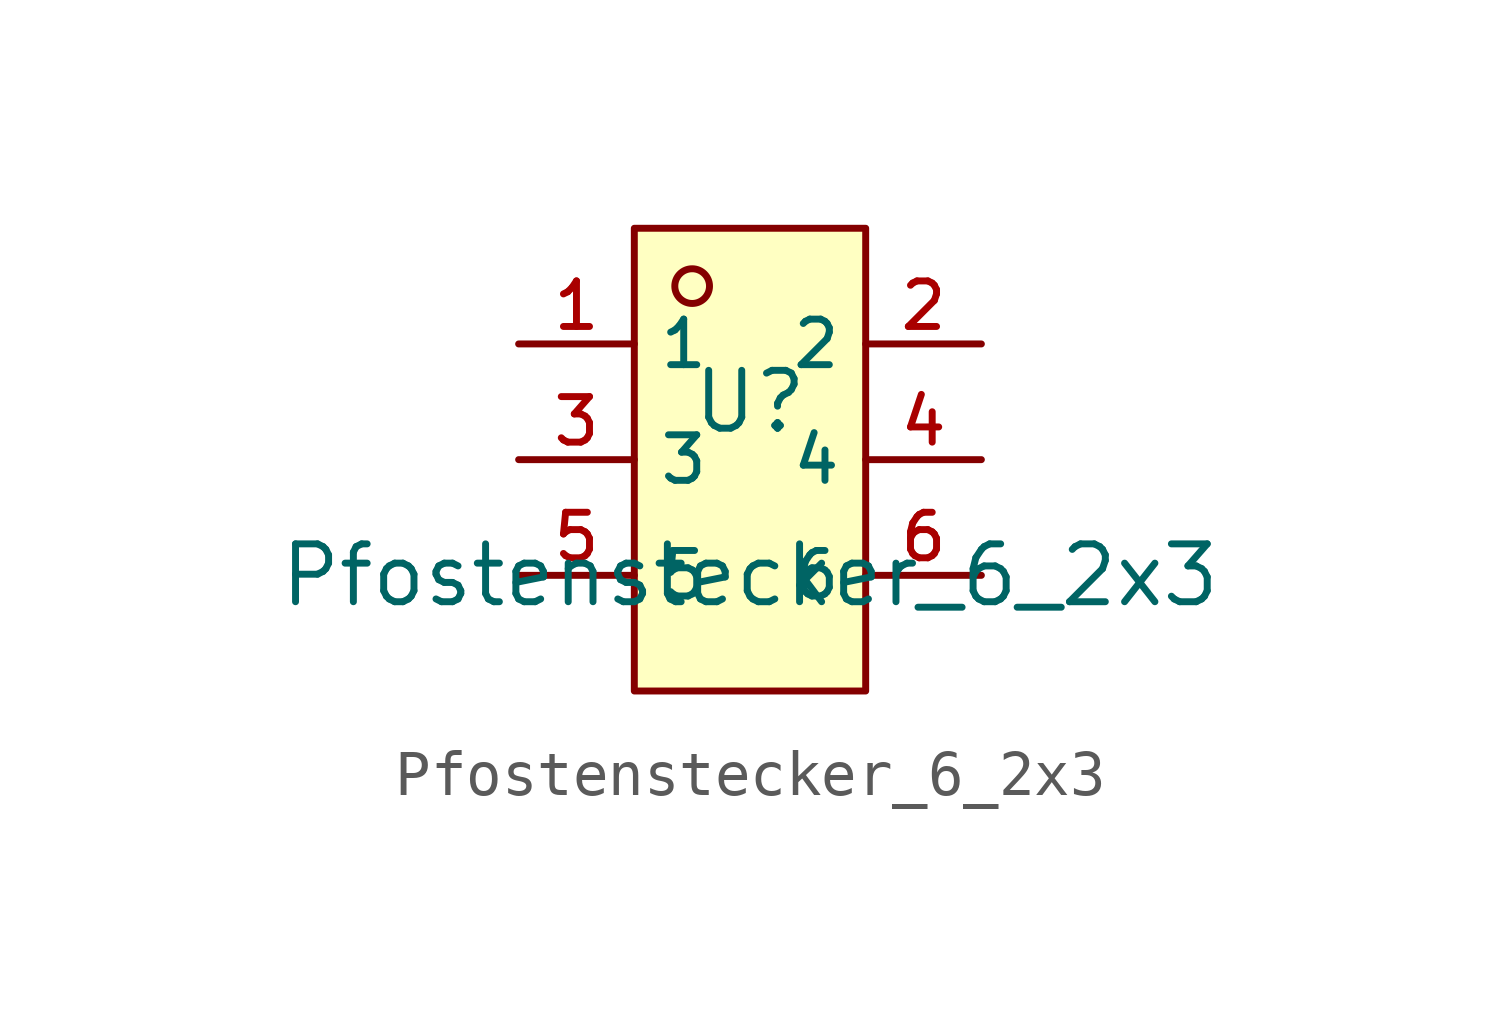
<source format=kicad_sym>
(kicad_symbol_lib
  (version 20231120)
  (generator "kicad_symbol_editor")
  (generator_version "8.0")
  (symbol "Pfostenstecker_6_2x3"
    (property "Reference" "U"
      (at 0 1.27 0)
      (effects (font (size 1.27 1.27))))
    (property "Value" "Pfostenstecker_6_2x3"
      (at 0 -2.54 0)
      (effects (font (size 1.27 1.27))))
    (symbol "Pfostenstecker_6_2x3_0_1"
      (rectangle (start -2.54 5.08) (end 2.54 -5.08) (stroke (width 0) (type default)) (fill (type background)))
      (circle (center -1.27 3.81) (radius 0.381) (stroke (width 0) (type default)) (fill (type background)))
      (pin unspecified line (at -5.08 2.54 0) (length 2.54) (name "1" (effects (font (size 1 1)))) (number "1" (effects (font (size 1 1)))))
      (pin unspecified line (at 5.08 2.54 180) (length 2.54) (name "2" (effects (font (size 1 1)))) (number "2" (effects (font (size 1 1)))))
      (pin unspecified line (at -5.08 0 0) (length 2.54) (name "3" (effects (font (size 1 1)))) (number "3" (effects (font (size 1 1)))))
      (pin unspecified line (at 5.08 0 180) (length 2.54) (name "4" (effects (font (size 1 1)))) (number "4" (effects (font (size 1 1)))))
      (pin unspecified line (at -5.08 -2.54 0) (length 2.54) (name "5" (effects (font (size 1 1)))) (number "5" (effects (font (size 1 1)))))
      (pin unspecified line (at 5.08 -2.54 180) (length 2.54) (name "6" (effects (font (size 1 1)))) (number "6" (effects (font (size 1 1))))))))
</source>
